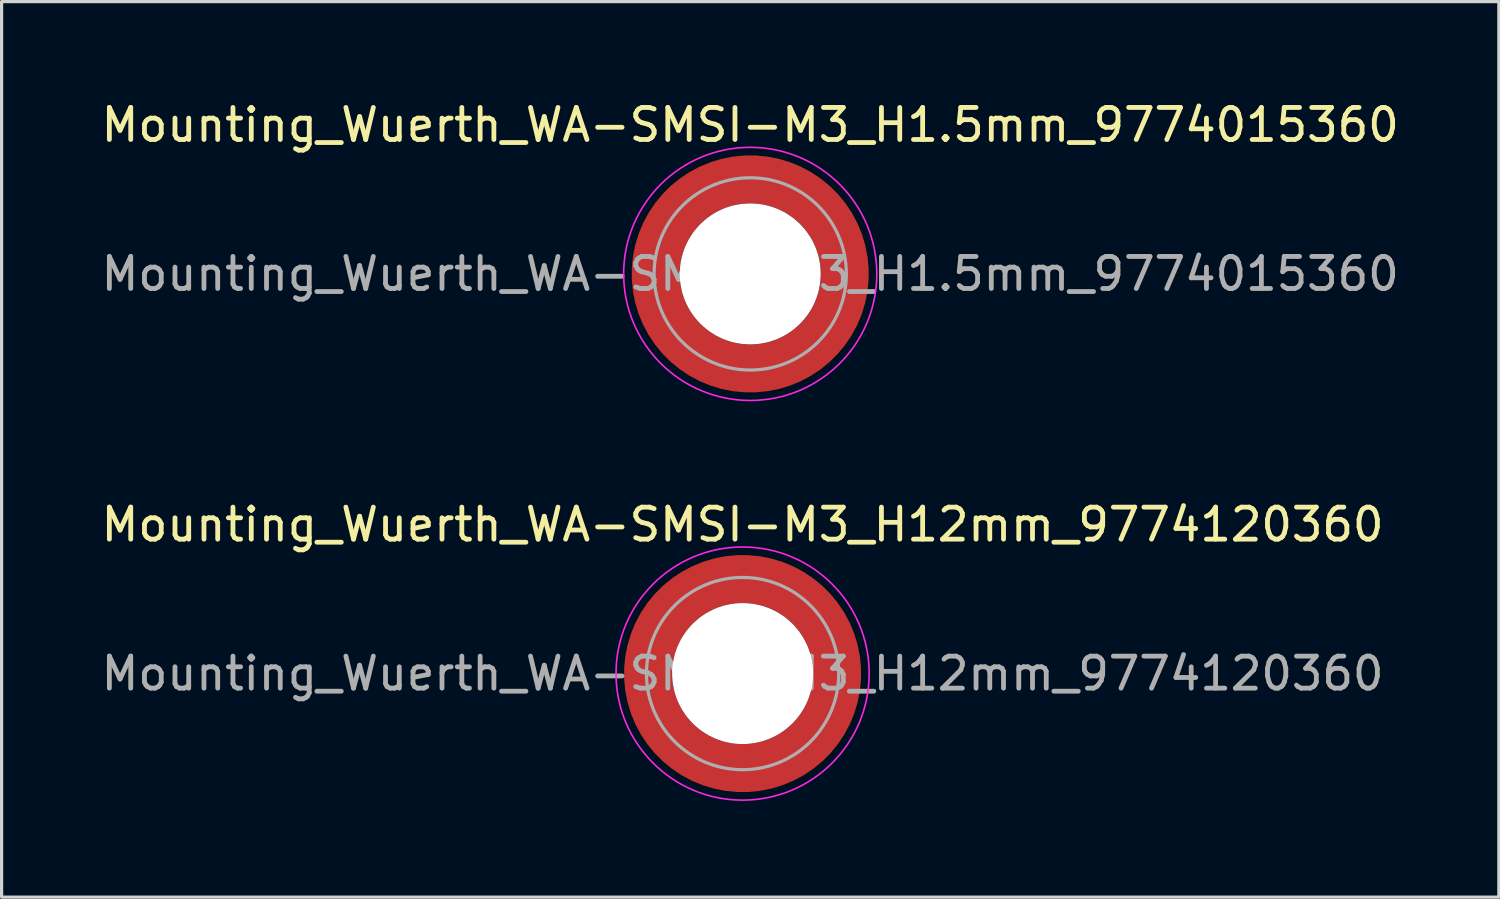
<source format=kicad_pcb>
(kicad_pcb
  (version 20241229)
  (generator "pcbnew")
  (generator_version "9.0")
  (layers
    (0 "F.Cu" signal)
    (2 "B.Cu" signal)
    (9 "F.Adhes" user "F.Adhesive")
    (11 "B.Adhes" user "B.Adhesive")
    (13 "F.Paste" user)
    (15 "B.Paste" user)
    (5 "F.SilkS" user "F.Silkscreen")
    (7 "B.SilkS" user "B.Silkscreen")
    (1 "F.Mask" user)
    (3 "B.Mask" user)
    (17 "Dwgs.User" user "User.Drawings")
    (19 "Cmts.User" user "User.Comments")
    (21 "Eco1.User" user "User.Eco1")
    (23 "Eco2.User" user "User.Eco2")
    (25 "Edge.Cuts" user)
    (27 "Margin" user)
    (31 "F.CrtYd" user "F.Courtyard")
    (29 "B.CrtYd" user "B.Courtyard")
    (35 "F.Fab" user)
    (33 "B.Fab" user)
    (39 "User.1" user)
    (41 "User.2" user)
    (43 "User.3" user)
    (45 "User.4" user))
  (footprint "Mounting_Wuerth_WA-SMSI-M3_H12mm_9774120360"
    (layer "F.Cu")
    (at 20.125 17.971)
    (property "Reference" "Mounting_Wuerth_WA-SMSI-M3_H12mm_9774120360" (at 0 -4.65 0) (layer "F.SilkS") (effects (font (size 1 1) (thickness 0.15))))
    (attr smd)
    (fp_circle (center 0 0) (end 3.95 0) (stroke (width 0.05) (type solid)) (fill no) (layer "F.CrtYd"))
    (fp_circle (center 0 0) (end 3 0) (stroke (width 0.1) (type solid)) (fill no) (layer "F.Fab"))
    (fp_text user "${REFERENCE}" (at 0 0 0) (layer "F.Fab") (effects (font (size 1 1) (thickness 0.15))))
    (pad "" smd custom (at -2.058 -2.058) (size 0.7 0.7) (layers "F.Paste") (options (anchor circle)) (primitives (gr_arc (start -0.377294 1.707681) (mid 0.317579 0.318817) (end 1.705947 -0.377044) (width 0.2)) (gr_arc (start -0.478281 1.707681) (mid 0.246161 0.248814) (end 1.703965 -0.477765) (width 0.2)) (gr_arc (start -0.579192 1.707681) (mid 0.175492 0.178063) (end 1.704077 -0.578711) (width 0.2)) (gr_arc (start -0.680037 1.707681) (mid 0.105568 0.106564) (end 1.706284 -0.679858) (width 0.2)) (gr_arc (start -0.780822 1.707681) (mid 0.034627 0.036085) (end 1.705634 -0.780569) (width 0.2)) (gr_arc (start -0.881554 1.707681) (mid -0.035694 -0.035016) (end 1.706729 -0.881441) (width 0.2)) (gr_arc (start -0.982237 1.707681) (mid -0.107281 -0.10485) (end 1.704266 -0.981842) (width 0.2)) (gr_arc (start -1.082877 1.707681) (mid -0.178372 -0.175181) (end 1.703197 -1.082374) (width 0.2)) (gr_arc (start -1.183476 1.707681) (mid -0.248964 -0.246008) (end 1.703525 -1.183025) (width 0.2)) (gr_arc (start -1.28404 1.707681) (mid -0.319062 -0.317333) (end 1.70525 -1.283784) (width 0.2)) (gr_line (start 1.708 -0.377) (end 1.708 -1.284) (width 0.2)) (gr_line (start -0.377 1.708) (end -1.284 1.708) (width 0.2))))
    (pad "" smd custom (at -2.058 2.058) (size 0.7 0.7) (layers "F.Paste") (options (anchor circle)) (primitives (gr_arc (start 1.707681 0.377294) (mid 0.318817 -0.317579) (end -0.377044 -1.705947) (width 0.2)) (gr_arc (start 1.707681 0.478281) (mid 0.248814 -0.246161) (end -0.477765 -1.703965) (width 0.2)) (gr_arc (start 1.707681 0.579192) (mid 0.178063 -0.175492) (end -0.578711 -1.704077) (width 0.2)) (gr_arc (start 1.707681 0.680037) (mid 0.106564 -0.105568) (end -0.679858 -1.706284) (width 0.2)) (gr_arc (start 1.707681 0.780822) (mid 0.036085 -0.034627) (end -0.780569 -1.705634) (width 0.2)) (gr_arc (start 1.707681 0.881554) (mid -0.035016 0.035694) (end -0.881441 -1.706729) (width 0.2)) (gr_arc (start 1.707681 0.982237) (mid -0.10485 0.107281) (end -0.981842 -1.704266) (width 0.2)) (gr_arc (start 1.707681 1.082877) (mid -0.175181 0.178372) (end -1.082374 -1.703197) (width 0.2)) (gr_arc (start 1.707681 1.183476) (mid -0.246008 0.248964) (end -1.183025 -1.703525) (width 0.2)) (gr_arc (start 1.707681 1.28404) (mid -0.317333 0.319062) (end -1.283784 -1.70525) (width 0.2)) (gr_line (start -0.377 -1.708) (end -1.284 -1.708) (width 0.2)) (gr_line (start 1.708 0.377) (end 1.708 1.284) (width 0.2))))
    (pad "" np_thru_hole circle (at 0 0) (size 4.4 4.4) (drill 4.4) (layers "*.Cu" "*.Mask"))
    (pad "" smd custom (at 2.058 -2.058) (size 0.7 0.7) (layers "F.Paste") (options (anchor circle)) (primitives (gr_arc (start -1.707681 -0.377294) (mid -0.318817 0.317579) (end 0.377044 1.705947) (width 0.2)) (gr_arc (start -1.707681 -0.478281) (mid -0.248814 0.246161) (end 0.477765 1.703965) (width 0.2)) (gr_arc (start -1.707681 -0.579192) (mid -0.178063 0.175492) (end 0.578711 1.704077) (width 0.2)) (gr_arc (start -1.707681 -0.680037) (mid -0.106564 0.105568) (end 0.679858 1.706284) (width 0.2)) (gr_arc (start -1.707681 -0.780822) (mid -0.036085 0.034627) (end 0.780569 1.705634) (width 0.2)) (gr_arc (start -1.707681 -0.881554) (mid 0.035016 -0.035694) (end 0.881441 1.706729) (width 0.2)) (gr_arc (start -1.707681 -0.982237) (mid 0.10485 -0.107281) (end 0.981842 1.704266) (width 0.2)) (gr_arc (start -1.707681 -1.082877) (mid 0.175181 -0.178372) (end 1.082374 1.703197) (width 0.2)) (gr_arc (start -1.707681 -1.183476) (mid 0.246008 -0.248964) (end 1.183025 1.703525) (width 0.2)) (gr_arc (start -1.707681 -1.28404) (mid 0.317333 -0.319062) (end 1.283784 1.70525) (width 0.2)) (gr_line (start 0.377 1.708) (end 1.284 1.708) (width 0.2)) (gr_line (start -1.708 -0.377) (end -1.708 -1.284) (width 0.2))))
    (pad "" smd custom (at 2.058 2.058) (size 0.7 0.7) (layers "F.Paste") (options (anchor circle)) (primitives (gr_arc (start 0.377294 -1.707681) (mid -0.317579 -0.318817) (end -1.705947 0.377044) (width 0.2)) (gr_arc (start 0.478281 -1.707681) (mid -0.246161 -0.248814) (end -1.703965 0.477765) (width 0.2)) (gr_arc (start 0.579192 -1.707681) (mid -0.175492 -0.178063) (end -1.704077 0.578711) (width 0.2)) (gr_arc (start 0.680037 -1.707681) (mid -0.105568 -0.106564) (end -1.706284 0.679858) (width 0.2)) (gr_arc (start 0.780822 -1.707681) (mid -0.034627 -0.036085) (end -1.705634 0.780569) (width 0.2)) (gr_arc (start 0.881554 -1.707681) (mid 0.035694 0.035016) (end -1.706729 0.881441) (width 0.2)) (gr_arc (start 0.982237 -1.707681) (mid 0.107281 0.10485) (end -1.704266 0.981842) (width 0.2)) (gr_arc (start 1.082877 -1.707681) (mid 0.178372 0.175181) (end -1.703197 1.082374) (width 0.2)) (gr_arc (start 1.183476 -1.707681) (mid 0.248964 0.246008) (end -1.703525 1.183025) (width 0.2)) (gr_arc (start 1.28404 -1.707681) (mid 0.319062 0.317333) (end -1.70525 1.283784) (width 0.2)) (gr_line (start -1.708 0.377) (end -1.708 1.284) (width 0.2)) (gr_line (start 0.377 -1.708) (end 1.284 -1.708) (width 0.2))))
    (pad "1" smd circle (at -2.95 0) (size 1.1 1.1) (layers "F.Cu"))
    (pad "1" smd circle (at 0 -2.95) (size 1.1 1.1) (layers "F.Cu"))
    (pad "1" smd circle (at 0 2.95) (size 1.1 1.1) (layers "F.Cu"))
    (pad "1" smd custom (at 2.95 0) (size 1.1 1.1) (layers "F.Cu" "F.Mask") (options (anchor circle)) (primitives (gr_circle (center -2.95 0) (end 0 0) (width 1.5) (fill no)))))
  (footprint "Mounting_Wuerth_WA-SMSI-M3_H1.5mm_9774015360"
    (layer "F.Cu")
    (at 20.363 5.498)
    (property "Reference" "Mounting_Wuerth_WA-SMSI-M3_H1.5mm_9774015360" (at 0 -4.65 0) (layer "F.SilkS") (effects (font (size 1 1) (thickness 0.15))))
    (attr smd)
    (fp_circle (center 0 0) (end 3.95 0) (stroke (width 0.05) (type solid)) (fill no) (layer "F.CrtYd"))
    (fp_circle (center 0 0) (end 3 0) (stroke (width 0.1) (type solid)) (fill no) (layer "F.Fab"))
    (fp_text user "${REFERENCE}" (at 0 0 0) (layer "F.Fab") (effects (font (size 1 1) (thickness 0.15))))
    (pad "" smd custom (at -2.058 -2.058) (size 0.7 0.7) (layers "F.Paste") (options (anchor circle)) (primitives (gr_arc (start -0.377294 1.707681) (mid 0.317579 0.318817) (end 1.705947 -0.377044) (width 0.2)) (gr_arc (start -0.478281 1.707681) (mid 0.246161 0.248814) (end 1.703965 -0.477765) (width 0.2)) (gr_arc (start -0.579192 1.707681) (mid 0.175492 0.178063) (end 1.704077 -0.578711) (width 0.2)) (gr_arc (start -0.680037 1.707681) (mid 0.105568 0.106564) (end 1.706284 -0.679858) (width 0.2)) (gr_arc (start -0.780822 1.707681) (mid 0.034627 0.036085) (end 1.705634 -0.780569) (width 0.2)) (gr_arc (start -0.881554 1.707681) (mid -0.035694 -0.035016) (end 1.706729 -0.881441) (width 0.2)) (gr_arc (start -0.982237 1.707681) (mid -0.107281 -0.10485) (end 1.704266 -0.981842) (width 0.2)) (gr_arc (start -1.082877 1.707681) (mid -0.178372 -0.175181) (end 1.703197 -1.082374) (width 0.2)) (gr_arc (start -1.183476 1.707681) (mid -0.248964 -0.246008) (end 1.703525 -1.183025) (width 0.2)) (gr_arc (start -1.28404 1.707681) (mid -0.319062 -0.317333) (end 1.70525 -1.283784) (width 0.2)) (gr_line (start 1.708 -0.377) (end 1.708 -1.284) (width 0.2)) (gr_line (start -0.377 1.708) (end -1.284 1.708) (width 0.2))))
    (pad "" smd custom (at -2.058 2.058) (size 0.7 0.7) (layers "F.Paste") (options (anchor circle)) (primitives (gr_arc (start 1.707681 0.377294) (mid 0.318817 -0.317579) (end -0.377044 -1.705947) (width 0.2)) (gr_arc (start 1.707681 0.478281) (mid 0.248814 -0.246161) (end -0.477765 -1.703965) (width 0.2)) (gr_arc (start 1.707681 0.579192) (mid 0.178063 -0.175492) (end -0.578711 -1.704077) (width 0.2)) (gr_arc (start 1.707681 0.680037) (mid 0.106564 -0.105568) (end -0.679858 -1.706284) (width 0.2)) (gr_arc (start 1.707681 0.780822) (mid 0.036085 -0.034627) (end -0.780569 -1.705634) (width 0.2)) (gr_arc (start 1.707681 0.881554) (mid -0.035016 0.035694) (end -0.881441 -1.706729) (width 0.2)) (gr_arc (start 1.707681 0.982237) (mid -0.10485 0.107281) (end -0.981842 -1.704266) (width 0.2)) (gr_arc (start 1.707681 1.082877) (mid -0.175181 0.178372) (end -1.082374 -1.703197) (width 0.2)) (gr_arc (start 1.707681 1.183476) (mid -0.246008 0.248964) (end -1.183025 -1.703525) (width 0.2)) (gr_arc (start 1.707681 1.28404) (mid -0.317333 0.319062) (end -1.283784 -1.70525) (width 0.2)) (gr_line (start -0.377 -1.708) (end -1.284 -1.708) (width 0.2)) (gr_line (start 1.708 0.377) (end 1.708 1.284) (width 0.2))))
    (pad "" np_thru_hole circle (at 0 0) (size 4.4 4.4) (drill 4.4) (layers "*.Cu" "*.Mask"))
    (pad "" smd custom (at 2.058 -2.058) (size 0.7 0.7) (layers "F.Paste") (options (anchor circle)) (primitives (gr_arc (start -1.707681 -0.377294) (mid -0.318817 0.317579) (end 0.377044 1.705947) (width 0.2)) (gr_arc (start -1.707681 -0.478281) (mid -0.248814 0.246161) (end 0.477765 1.703965) (width 0.2)) (gr_arc (start -1.707681 -0.579192) (mid -0.178063 0.175492) (end 0.578711 1.704077) (width 0.2)) (gr_arc (start -1.707681 -0.680037) (mid -0.106564 0.105568) (end 0.679858 1.706284) (width 0.2)) (gr_arc (start -1.707681 -0.780822) (mid -0.036085 0.034627) (end 0.780569 1.705634) (width 0.2)) (gr_arc (start -1.707681 -0.881554) (mid 0.035016 -0.035694) (end 0.881441 1.706729) (width 0.2)) (gr_arc (start -1.707681 -0.982237) (mid 0.10485 -0.107281) (end 0.981842 1.704266) (width 0.2)) (gr_arc (start -1.707681 -1.082877) (mid 0.175181 -0.178372) (end 1.082374 1.703197) (width 0.2)) (gr_arc (start -1.707681 -1.183476) (mid 0.246008 -0.248964) (end 1.183025 1.703525) (width 0.2)) (gr_arc (start -1.707681 -1.28404) (mid 0.317333 -0.319062) (end 1.283784 1.70525) (width 0.2)) (gr_line (start 0.377 1.708) (end 1.284 1.708) (width 0.2)) (gr_line (start -1.708 -0.377) (end -1.708 -1.284) (width 0.2))))
    (pad "" smd custom (at 2.058 2.058) (size 0.7 0.7) (layers "F.Paste") (options (anchor circle)) (primitives (gr_arc (start 0.377294 -1.707681) (mid -0.317579 -0.318817) (end -1.705947 0.377044) (width 0.2)) (gr_arc (start 0.478281 -1.707681) (mid -0.246161 -0.248814) (end -1.703965 0.477765) (width 0.2)) (gr_arc (start 0.579192 -1.707681) (mid -0.175492 -0.178063) (end -1.704077 0.578711) (width 0.2)) (gr_arc (start 0.680037 -1.707681) (mid -0.105568 -0.106564) (end -1.706284 0.679858) (width 0.2)) (gr_arc (start 0.780822 -1.707681) (mid -0.034627 -0.036085) (end -1.705634 0.780569) (width 0.2)) (gr_arc (start 0.881554 -1.707681) (mid 0.035694 0.035016) (end -1.706729 0.881441) (width 0.2)) (gr_arc (start 0.982237 -1.707681) (mid 0.107281 0.10485) (end -1.704266 0.981842) (width 0.2)) (gr_arc (start 1.082877 -1.707681) (mid 0.178372 0.175181) (end -1.703197 1.082374) (width 0.2)) (gr_arc (start 1.183476 -1.707681) (mid 0.248964 0.246008) (end -1.703525 1.183025) (width 0.2)) (gr_arc (start 1.28404 -1.707681) (mid 0.319062 0.317333) (end -1.70525 1.283784) (width 0.2)) (gr_line (start -1.708 0.377) (end -1.708 1.284) (width 0.2)) (gr_line (start 0.377 -1.708) (end 1.284 -1.708) (width 0.2))))
    (pad "1" smd circle (at -2.95 0) (size 1.1 1.1) (layers "F.Cu"))
    (pad "1" smd circle (at 0 -2.95) (size 1.1 1.1) (layers "F.Cu"))
    (pad "1" smd circle (at 0 2.95) (size 1.1 1.1) (layers "F.Cu"))
    (pad "1" smd custom (at 2.95 0) (size 1.1 1.1) (layers "F.Cu" "F.Mask") (options (anchor circle)) (primitives (gr_circle (center -2.95 0) (end 0 0) (width 1.5) (fill no)))))
  (gr_rect
    (start -3 -3)
    (end 43.726 24.947)
    (stroke (width 0.1) (type default))
    (fill no)
    (layer "Edge.Cuts")))
</source>
